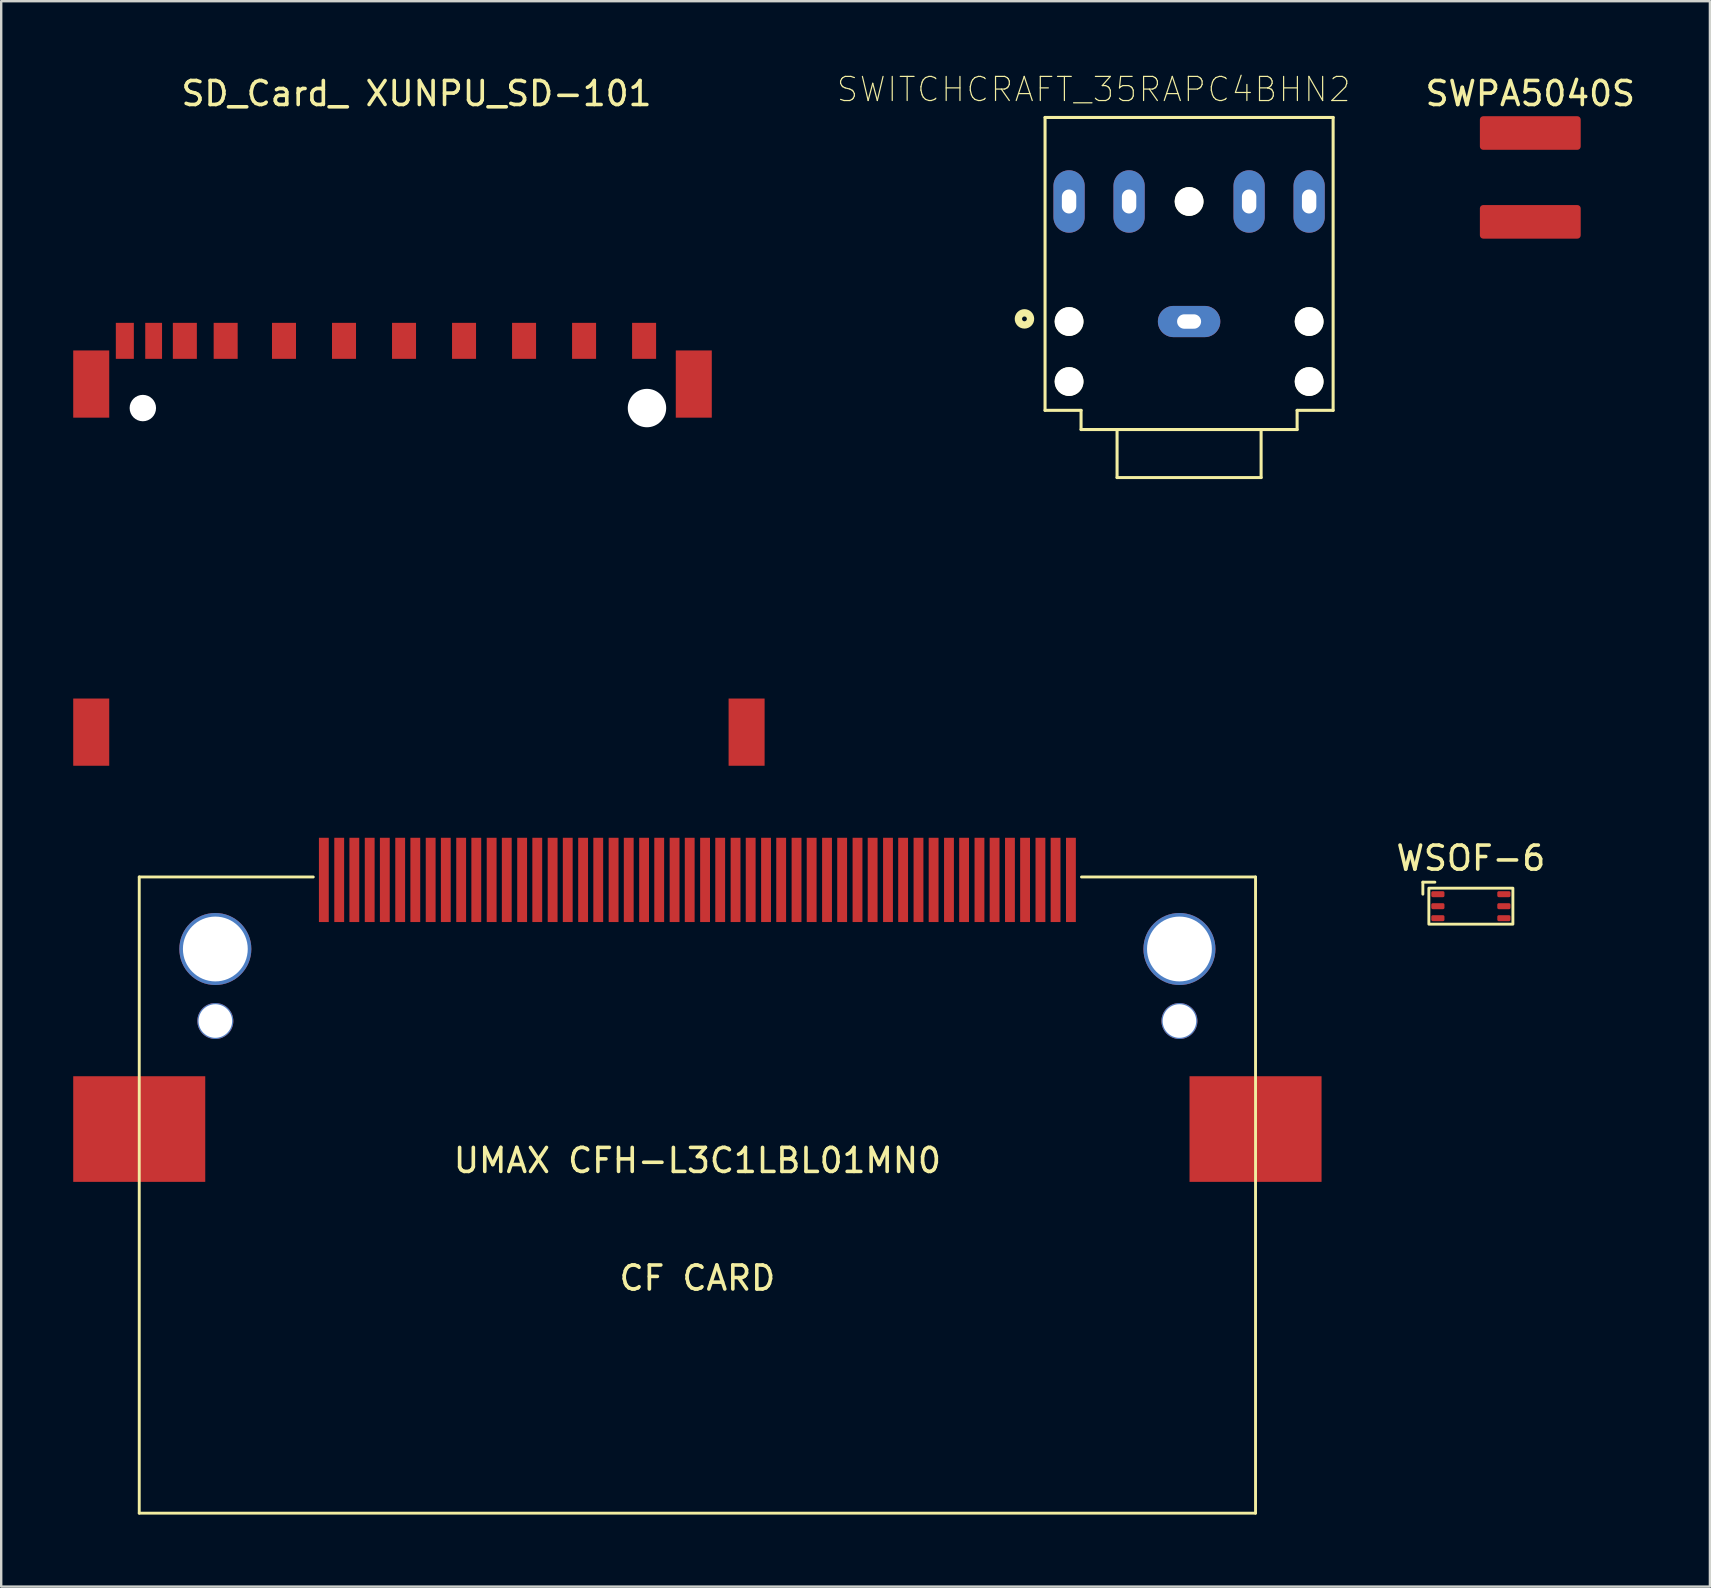
<source format=kicad_pcb>
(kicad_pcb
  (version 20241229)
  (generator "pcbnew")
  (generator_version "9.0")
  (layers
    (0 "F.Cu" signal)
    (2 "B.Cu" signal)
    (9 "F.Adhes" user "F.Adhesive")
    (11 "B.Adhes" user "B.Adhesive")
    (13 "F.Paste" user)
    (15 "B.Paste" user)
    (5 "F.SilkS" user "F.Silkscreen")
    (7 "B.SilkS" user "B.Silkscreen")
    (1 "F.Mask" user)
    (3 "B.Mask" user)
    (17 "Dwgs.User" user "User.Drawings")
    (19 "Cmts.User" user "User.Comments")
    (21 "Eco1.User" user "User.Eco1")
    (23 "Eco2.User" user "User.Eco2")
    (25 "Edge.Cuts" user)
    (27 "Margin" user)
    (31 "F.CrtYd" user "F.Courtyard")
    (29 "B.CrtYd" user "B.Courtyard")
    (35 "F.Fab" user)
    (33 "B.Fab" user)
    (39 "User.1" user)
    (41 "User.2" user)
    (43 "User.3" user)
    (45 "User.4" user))
  (footprint "SD_Card_ XUNPU_SD-101"
    (layer "F.Cu")
    (at 14.4 13.948)
    (property "Reference" "SD_Card_ XUNPU_SD-101" (at -0.1 -13.1 0) (layer "F.SilkS") (effects (font (size 1 1) (thickness 0.15))))
    (attr through_hole)
    (pad "" np_thru_hole circle (at -11.5 0) (size 1.1 1.1) (drill 1.1) (layers "*.Cu" "*.Mask"))
    (pad "" np_thru_hole circle (at 9.5 0) (size 1.6 1.6) (drill 1.6) (layers "*.Cu" "*.Mask"))
    (pad "1" smd rect (at 6.88 -2.8) (size 1 1.5) (layers "F.Cu" "F.Mask" "F.Paste"))
    (pad "2" smd rect (at 4.38 -2.8) (size 1 1.5) (layers "F.Cu" "F.Mask" "F.Paste"))
    (pad "3" smd rect (at 1.88 -2.8) (size 1 1.5) (layers "F.Cu" "F.Mask" "F.Paste"))
    (pad "4" smd rect (at -0.62 -2.8) (size 1 1.5) (layers "F.Cu" "F.Mask" "F.Paste"))
    (pad "5" smd rect (at -3.12 -2.8) (size 1 1.5) (layers "F.Cu" "F.Mask" "F.Paste"))
    (pad "6" smd rect (at -5.62 -2.8) (size 1 1.5) (layers "F.Cu" "F.Mask" "F.Paste"))
    (pad "7" smd rect (at -8.05 -2.8) (size 1 1.5) (layers "F.Cu" "F.Mask" "F.Paste"))
    (pad "8" smd rect (at -9.75 -2.8) (size 1 1.5) (layers "F.Cu" "F.Mask" "F.Paste"))
    (pad "9" smd rect (at 9.38 -2.8) (size 1 1.5) (layers "F.Cu" "F.Mask" "F.Paste"))
    (pad "10" smd rect (at -11.05 -2.8) (size 0.7 1.5) (layers "F.Cu" "F.Mask" "F.Paste"))
    (pad "11" smd rect (at -12.25 -2.8) (size 0.75 1.5) (layers "F.Cu" "F.Mask" "F.Paste"))
    (pad "12" smd rect (at -13.65 -1) (size 1.5 2.8) (layers "F.Cu" "F.Mask" "F.Paste"))
    (pad "12" smd rect (at -13.65 13.5) (size 1.5 2.8) (layers "F.Cu" "F.Mask" "F.Paste"))
    (pad "13" smd rect (at 11.45 -1) (size 1.5 2.8) (layers "F.Cu" "F.Mask" "F.Paste"))
    (pad "13" smd rect (at 13.65 13.5) (size 1.5 2.8) (layers "F.Cu" "F.Mask" "F.Paste")))
  (footprint "SWITCHCRAFT_35RAPC4BHN2"
    (layer "F.Cu")
    (at 46.482 9.343)
    (property "Reference" "SWITCHCRAFT_35RAPC4BHN2" (at -3.975 -8.668 0) (layer "F.SilkS") (effects (font (size 1.004 1.004) (thickness 0.05))))
    (attr through_hole)
    (fp_line (start -6 -7.5) (end 6 -7.5) (stroke (width 0.127) (type solid)) (layer "F.SilkS"))
    (fp_line (start -6 4.7) (end -6 -7.5) (stroke (width 0.127) (type solid)) (layer "F.SilkS"))
    (fp_line (start -4.5 4.7) (end -6 4.7) (stroke (width 0.127) (type solid)) (layer "F.SilkS"))
    (fp_line (start -4.5 5.5) (end -4.5 4.7) (stroke (width 0.127) (type solid)) (layer "F.SilkS"))
    (fp_line (start -4.5 5.5) (end -3 5.5) (stroke (width 0.127) (type solid)) (layer "F.SilkS"))
    (fp_line (start -3 5.5) (end 3 5.5) (stroke (width 0.127) (type solid)) (layer "F.SilkS"))
    (fp_line (start -3 7.5) (end -3 5.5) (stroke (width 0.127) (type solid)) (layer "F.SilkS"))
    (fp_line (start -3 7.5) (end 3 7.5) (stroke (width 0.127) (type solid)) (layer "F.SilkS"))
    (fp_line (start 3 5.5) (end 4.5 5.5) (stroke (width 0.127) (type solid)) (layer "F.SilkS"))
    (fp_line (start 3 7.5) (end 3 5.5) (stroke (width 0.127) (type solid)) (layer "F.SilkS"))
    (fp_line (start 4.5 4.7) (end 4.5 5.5) (stroke (width 0.127) (type solid)) (layer "F.SilkS"))
    (fp_line (start 6 -7.5) (end 6 4.7) (stroke (width 0.127) (type solid)) (layer "F.SilkS"))
    (fp_line (start 6 4.7) (end 4.5 4.7) (stroke (width 0.127) (type solid)) (layer "F.SilkS"))
    (fp_circle (center -6.858 0.89) (end -6.758 0.89) (stroke (width 0.305) (type solid)) (fill no) (layer "F.SilkS"))
    (fp_line (start -6.25 -7.75) (end 6.25 -7.75) (stroke (width 0.05) (type solid)) (layer "Eco1.User"))
    (fp_line (start -6.25 5.75) (end -6.25 -7.75) (stroke (width 0.05) (type solid)) (layer "Eco1.User"))
    (fp_line (start -3.25 5.75) (end -6.25 5.75) (stroke (width 0.05) (type solid)) (layer "Eco1.User"))
    (fp_line (start -3.25 7.75) (end -3.25 5.75) (stroke (width 0.05) (type solid)) (layer "Eco1.User"))
    (fp_line (start 3.25 5.75) (end 3.25 7.75) (stroke (width 0.05) (type solid)) (layer "Eco1.User"))
    (fp_line (start 3.25 7.75) (end -3.25 7.75) (stroke (width 0.05) (type solid)) (layer "Eco1.User"))
    (fp_line (start 6.25 -7.75) (end 6.25 5.75) (stroke (width 0.05) (type solid)) (layer "Eco1.User"))
    (fp_line (start 6.25 5.75) (end 3.25 5.75) (stroke (width 0.05) (type solid)) (layer "Eco1.User"))
    (fp_line (start -6 -7.5) (end 6 -7.5) (stroke (width 0.127) (type solid)) (layer "Eco2.User"))
    (fp_line (start -6 4.7) (end -6 -7.5) (stroke (width 0.127) (type solid)) (layer "Eco2.User"))
    (fp_line (start -4.5 4.7) (end -6 4.7) (stroke (width 0.127) (type solid)) (layer "Eco2.User"))
    (fp_line (start -4.5 5.5) (end -4.5 4.7) (stroke (width 0.127) (type solid)) (layer "Eco2.User"))
    (fp_line (start -4.5 5.5) (end -3 5.5) (stroke (width 0.127) (type solid)) (layer "Eco2.User"))
    (fp_line (start -3 5.5) (end 3 5.5) (stroke (width 0.127) (type solid)) (layer "Eco2.User"))
    (fp_line (start -3 7.5) (end -3 5.5) (stroke (width 0.127) (type solid)) (layer "Eco2.User"))
    (fp_line (start -3 7.5) (end 3 7.5) (stroke (width 0.127) (type solid)) (layer "Eco2.User"))
    (fp_line (start 3 5.5) (end 4.5 5.5) (stroke (width 0.127) (type solid)) (layer "Eco2.User"))
    (fp_line (start 3 7.5) (end 3 5.5) (stroke (width 0.127) (type solid)) (layer "Eco2.User"))
    (fp_line (start 4.5 4.7) (end 4.5 5.5) (stroke (width 0.127) (type solid)) (layer "Eco2.User"))
    (fp_line (start 6 -7.5) (end 6 4.7) (stroke (width 0.127) (type solid)) (layer "Eco2.User"))
    (fp_line (start 6 4.7) (end 4.5 4.7) (stroke (width 0.127) (type solid)) (layer "Eco2.User"))
    (fp_circle (center -6.858 0.89) (end -6.758 0.89) (stroke (width 0.305) (type solid)) (fill no) (layer "Eco2.User"))
    (pad "" np_thru_hole circle (at -5 1) (size 1.2 1.2) (drill 1.2) (layers "*.Cu" "*.Mask" "F.SilkS"))
    (pad "" np_thru_hole circle (at -5 3.5) (size 1.2 1.2) (drill 1.2) (layers "*.Cu" "*.Mask" "F.SilkS"))
    (pad "" np_thru_hole circle (at 0 -4) (size 1.2 1.2) (drill 1.2) (layers "*.Cu" "*.Mask" "F.SilkS"))
    (pad "" np_thru_hole circle (at 5 1) (size 1.2 1.2) (drill 1.2) (layers "*.Cu" "*.Mask" "F.SilkS"))
    (pad "" np_thru_hole circle (at 5 3.5) (size 1.2 1.2) (drill 1.2) (layers "*.Cu" "*.Mask" "F.SilkS"))
    (pad "10" thru_hole oval (at 2.5 -4 90) (size 2.6 1.3) (drill oval 1 0.6) (layers "*.Cu" "*.Mask"))
    (pad "11" thru_hole oval (at -2.5 -4 90) (size 2.6 1.3) (drill oval 1 0.6) (layers "*.Cu" "*.Mask"))
    (pad "R" thru_hole oval (at -5 -4 90) (size 2.6 1.3) (drill oval 1 0.6) (layers "*.Cu" "*.Mask"))
    (pad "S" thru_hole oval (at 0 1 180) (size 2.6 1.3) (drill oval 1 0.6) (layers "*.Cu" "*.Mask"))
    (pad "T" thru_hole oval (at 5 -4 90) (size 2.6 1.3) (drill oval 1 0.6) (layers "*.Cu" "*.Mask")))
  (footprint "UMAX CFH-L3C1LBL01MN0"
    (layer "F.Cu")
    (at 26 40.981)
    (property "Reference" "UMAX CFH-L3C1LBL01MN0" (at 0 4.31 0) (layer "F.SilkS") (effects (font (size 1 1) (thickness 0.15))))
    (attr through_hole)
    (fp_line (start -23.25 -7.5) (end -23.25 19) (stroke (width 0.12) (type solid)) (layer "F.SilkS"))
    (fp_line (start -23.25 -7.5) (end -16 -7.5) (stroke (width 0.12) (type solid)) (layer "F.SilkS"))
    (fp_line (start -23.25 19) (end 23.25 19) (stroke (width 0.12) (type solid)) (layer "F.SilkS"))
    (fp_line (start 23.25 -7.5) (end 16 -7.5) (stroke (width 0.12) (type solid)) (layer "F.SilkS"))
    (fp_line (start 23.25 -7.5) (end 23.25 19) (stroke (width 0.12) (type solid)) (layer "F.SilkS"))
    (fp_text user "CF CARD" (at 0 9.207 0) (layer "F.SilkS") (effects (font (size 1 1) (thickness 0.15))))
    (pad "" np_thru_hole circle (at -20.08 -4.5) (size 3 3) (drill 2.7) (layers "*.Cu" "*.Mask"))
    (pad "" np_thru_hole circle (at -20.08 -1.5) (size 1.5 1.5) (drill 1.4) (layers "*.Cu" "*.Mask"))
    (pad "" np_thru_hole circle (at 20.08 -4.5) (size 3 3) (drill 2.7) (layers "*.Cu" "*.Mask"))
    (pad "" np_thru_hole circle (at 20.08 -1.5) (size 1.5 1.5) (drill 1.4) (layers "*.Cu" "*.Mask"))
    (pad "1" smd rect (at -15.56 -7.378 180) (size 0.41 3.51) (layers "F.Cu" "F.Mask" "F.Paste"))
    (pad "2" smd rect (at -14.29 -7.378 180) (size 0.41 3.51) (layers "F.Cu" "F.Mask" "F.Paste"))
    (pad "3" smd rect (at -13.02 -7.378 180) (size 0.41 3.51) (layers "F.Cu" "F.Mask" "F.Paste"))
    (pad "4" smd rect (at -11.75 -7.378 180) (size 0.41 3.51) (layers "F.Cu" "F.Mask" "F.Paste"))
    (pad "5" smd rect (at -10.48 -7.378 180) (size 0.41 3.51) (layers "F.Cu" "F.Mask" "F.Paste"))
    (pad "6" smd rect (at -9.21 -7.378 180) (size 0.41 3.51) (layers "F.Cu" "F.Mask" "F.Paste"))
    (pad "7" smd rect (at -7.94 -7.378 180) (size 0.41 3.51) (layers "F.Cu" "F.Mask" "F.Paste"))
    (pad "8" smd rect (at -6.67 -7.378 180) (size 0.41 3.51) (layers "F.Cu" "F.Mask" "F.Paste"))
    (pad "9" smd rect (at -5.4 -7.378 180) (size 0.41 3.51) (layers "F.Cu" "F.Mask" "F.Paste"))
    (pad "10" smd rect (at -4.13 -7.378 180) (size 0.41 3.51) (layers "F.Cu" "F.Mask" "F.Paste"))
    (pad "11" smd rect (at -2.86 -7.378 180) (size 0.41 3.51) (layers "F.Cu" "F.Mask" "F.Paste"))
    (pad "12" smd rect (at -1.59 -7.378 180) (size 0.41 3.51) (layers "F.Cu" "F.Mask" "F.Paste"))
    (pad "13" smd rect (at -0.32 -7.378 180) (size 0.41 3.51) (layers "F.Cu" "F.Mask" "F.Paste"))
    (pad "14" smd rect (at 0.95 -7.378 180) (size 0.41 3.51) (layers "F.Cu" "F.Mask" "F.Paste"))
    (pad "15" smd rect (at 2.22 -7.378 180) (size 0.41 3.51) (layers "F.Cu" "F.Mask" "F.Paste"))
    (pad "16" smd rect (at 3.49 -7.378 180) (size 0.41 3.51) (layers "F.Cu" "F.Mask" "F.Paste"))
    (pad "17" smd rect (at 4.76 -7.378 180) (size 0.41 3.51) (layers "F.Cu" "F.Mask" "F.Paste"))
    (pad "18" smd rect (at 6.03 -7.378 180) (size 0.41 3.51) (layers "F.Cu" "F.Mask" "F.Paste"))
    (pad "19" smd rect (at 7.3 -7.378 180) (size 0.41 3.51) (layers "F.Cu" "F.Mask" "F.Paste"))
    (pad "20" smd rect (at 8.57 -7.378 180) (size 0.41 3.51) (layers "F.Cu" "F.Mask" "F.Paste"))
    (pad "21" smd rect (at 9.84 -7.378 180) (size 0.41 3.51) (layers "F.Cu" "F.Mask" "F.Paste"))
    (pad "22" smd rect (at 11.11 -7.378 180) (size 0.41 3.51) (layers "F.Cu" "F.Mask" "F.Paste"))
    (pad "23" smd rect (at 12.38 -7.378 180) (size 0.41 3.51) (layers "F.Cu" "F.Mask" "F.Paste"))
    (pad "24" smd rect (at 13.65 -7.378 180) (size 0.41 3.51) (layers "F.Cu" "F.Mask" "F.Paste"))
    (pad "25" smd rect (at 14.92 -7.378 180) (size 0.41 3.51) (layers "F.Cu" "F.Mask" "F.Paste"))
    (pad "26" smd rect (at -14.92 -7.378 180) (size 0.41 3.51) (layers "F.Cu" "F.Mask" "F.Paste"))
    (pad "27" smd rect (at -13.65 -7.378 180) (size 0.41 3.51) (layers "F.Cu" "F.Mask" "F.Paste"))
    (pad "28" smd rect (at -12.38 -7.378 180) (size 0.41 3.51) (layers "F.Cu" "F.Mask" "F.Paste"))
    (pad "29" smd rect (at -11.11 -7.378 180) (size 0.41 3.51) (layers "F.Cu" "F.Mask" "F.Paste"))
    (pad "30" smd rect (at -9.84 -7.378 180) (size 0.41 3.51) (layers "F.Cu" "F.Mask" "F.Paste"))
    (pad "31" smd rect (at -8.57 -7.378 180) (size 0.41 3.51) (layers "F.Cu" "F.Mask" "F.Paste"))
    (pad "32" smd rect (at -7.3 -7.378 180) (size 0.41 3.51) (layers "F.Cu" "F.Mask" "F.Paste"))
    (pad "33" smd rect (at -6.03 -7.378 180) (size 0.41 3.51) (layers "F.Cu" "F.Mask" "F.Paste"))
    (pad "34" smd rect (at -4.76 -7.378 180) (size 0.41 3.51) (layers "F.Cu" "F.Mask" "F.Paste"))
    (pad "35" smd rect (at -3.49 -7.378 180) (size 0.41 3.51) (layers "F.Cu" "F.Mask" "F.Paste"))
    (pad "36" smd rect (at -2.22 -7.378 180) (size 0.41 3.51) (layers "F.Cu" "F.Mask" "F.Paste"))
    (pad "37" smd rect (at -0.95 -7.378 180) (size 0.41 3.51) (layers "F.Cu" "F.Mask" "F.Paste"))
    (pad "38" smd rect (at 0.32 -7.378 180) (size 0.41 3.51) (layers "F.Cu" "F.Mask" "F.Paste"))
    (pad "39" smd rect (at 1.59 -7.378 180) (size 0.41 3.51) (layers "F.Cu" "F.Mask" "F.Paste"))
    (pad "40" smd rect (at 2.86 -7.378 180) (size 0.41 3.51) (layers "F.Cu" "F.Mask" "F.Paste"))
    (pad "41" smd rect (at 4.13 -7.378 180) (size 0.41 3.51) (layers "F.Cu" "F.Mask" "F.Paste"))
    (pad "42" smd rect (at 5.4 -7.378 180) (size 0.41 3.51) (layers "F.Cu" "F.Mask" "F.Paste"))
    (pad "43" smd rect (at 6.67 -7.378 180) (size 0.41 3.51) (layers "F.Cu" "F.Mask" "F.Paste"))
    (pad "44" smd rect (at 7.94 -7.378 180) (size 0.41 3.51) (layers "F.Cu" "F.Mask" "F.Paste"))
    (pad "45" smd rect (at 9.21 -7.378 180) (size 0.41 3.51) (layers "F.Cu" "F.Mask" "F.Paste"))
    (pad "46" smd rect (at 10.48 -7.378 180) (size 0.41 3.51) (layers "F.Cu" "F.Mask" "F.Paste"))
    (pad "47" smd rect (at 11.75 -7.378 180) (size 0.41 3.51) (layers "F.Cu" "F.Mask" "F.Paste"))
    (pad "48" smd rect (at 13.02 -7.378 180) (size 0.41 3.51) (layers "F.Cu" "F.Mask" "F.Paste"))
    (pad "49" smd rect (at 14.29 -7.378 180) (size 0.41 3.51) (layers "F.Cu" "F.Mask" "F.Paste"))
    (pad "50" smd rect (at 15.56 -7.378 180) (size 0.41 3.51) (layers "F.Cu" "F.Mask" "F.Paste"))
    (pad "51" smd rect (at 23.25 3 180) (size 5.5 4.4) (layers "F.Cu" "F.Mask" "F.Paste"))
    (pad "52" smd rect (at -23.25 3 180) (size 5.5 4.4) (layers "F.Cu" "F.Mask" "F.Paste")))
  (footprint "WSOF-6"
    (layer "F.Cu")
    (at 58.22 34.697)
    (property "Reference" "WSOF-6" (at 0 -2 0) (unlocked yes) (layer "F.SilkS") (effects (font (size 1 1) (thickness 0.15))))
    (attr smd)
    (fp_line (start -2 -1) (end -1.5 -1) (stroke (width 0.12) (type solid)) (layer "F.SilkS"))
    (fp_line (start -2 -0.5) (end -2 -1) (stroke (width 0.12) (type solid)) (layer "F.SilkS"))
    (fp_rect (start -1.75 -0.75) (end 1.75 0.75) (stroke (width 0.12) (type solid)) (fill no) (layer "F.SilkS"))
    (pad "1" smd roundrect (at -1.375 -0.5) (size 0.55 0.25) (layers "F.Cu" "F.Mask" "F.Paste") (roundrect_rratio 0.25))
    (pad "2" smd roundrect (at -1.375 0) (size 0.55 0.25) (layers "F.Cu" "F.Mask" "F.Paste") (roundrect_rratio 0.25))
    (pad "3" smd roundrect (at -1.375 0.5) (size 0.55 0.25) (layers "F.Cu" "F.Mask" "F.Paste") (roundrect_rratio 0.25))
    (pad "4" smd roundrect (at 1.375 0.5) (size 0.55 0.25) (layers "F.Cu" "F.Mask" "F.Paste") (roundrect_rratio 0.25))
    (pad "5" smd roundrect (at 1.375 0) (size 0.55 0.25) (layers "F.Cu" "F.Mask" "F.Paste") (roundrect_rratio 0.25))
    (pad "6" smd roundrect (at 1.375 -0.5) (size 0.55 0.25) (layers "F.Cu" "F.Mask" "F.Paste") (roundrect_rratio 0.25)))
  (footprint "SWPA5040S"
    (layer "F.Cu")
    (at 60.695 4.341)
    (property "Reference" "SWPA5040S" (at 0 -3.493 0) (layer "F.SilkS") (effects (font (size 1 1) (thickness 0.15))))
    (attr through_hole)
    (pad "1" smd roundrect (at 0 -1.85) (size 4.2 1.4) (layers "F.Cu" "F.Mask" "F.Paste") (roundrect_rratio 0.1))
    (pad "2" smd roundrect (at 0 1.85) (size 4.2 1.4) (layers "F.Cu" "F.Mask" "F.Paste") (roundrect_rratio 0.1)))
  (gr_rect
    (start -3 -3)
    (end 68.177 63.041)
    (stroke (width 0.1) (type default))
    (fill no)
    (layer "Edge.Cuts")))
</source>
